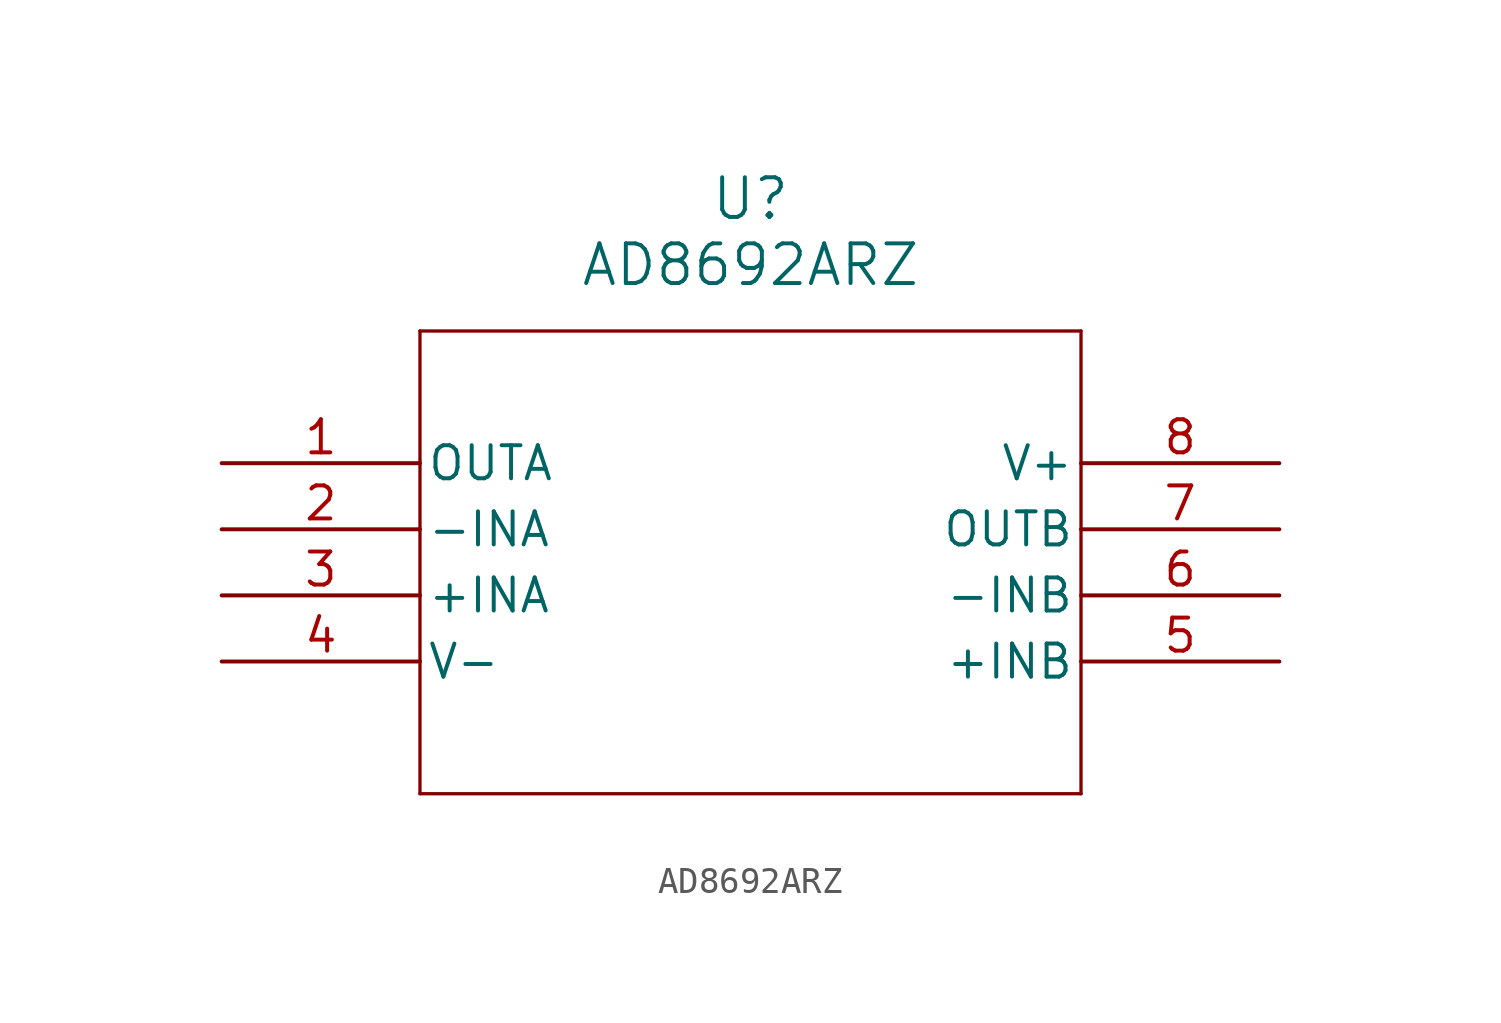
<source format=kicad_sym>
(kicad_symbol_lib
  (version 20211014)
  (generator kicad_symbol_editor)
  (symbol "AD8692ARZ"
    (pin_names
      (offset 0.254))
    (property "Reference" "U"
      (at 20.32 10.16 0)
      (effects (font (size 1.524 1.524))))
    (property "Value" "AD8692ARZ"
      (at 20.32 7.62 0)
      (effects (font (size 1.524 1.524))))
    (symbol "AD8692ARZ_0_1"
      (polyline (pts (xy 7.62 5.08) (xy 7.62 -12.7)) (stroke (width 0.127) (type default) (color 0 0 0 0)) (fill (type none)))
      (polyline (pts (xy 7.62 -12.7) (xy 33.02 -12.7)) (stroke (width 0.127) (type default) (color 0 0 0 0)) (fill (type none)))
      (polyline (pts (xy 33.02 -12.7) (xy 33.02 5.08)) (stroke (width 0.127) (type default) (color 0 0 0 0)) (fill (type none)))
      (polyline (pts (xy 33.02 5.08) (xy 7.62 5.08)) (stroke (width 0.127) (type default) (color 0 0 0 0)) (fill (type none)))
      (pin unspecified line (at 0 0 0) (length 7.62) (name "OUTA" (effects (font (size 1.27 1.27)))) (number "1" (effects (font (size 1.27 1.27)))))
      (pin unspecified line (at 0 -2.54 0) (length 7.62) (name "-INA" (effects (font (size 1.27 1.27)))) (number "2" (effects (font (size 1.27 1.27)))))
      (pin unspecified line (at 0 -5.08 0) (length 7.62) (name "+INA" (effects (font (size 1.27 1.27)))) (number "3" (effects (font (size 1.27 1.27)))))
      (pin power_in line (at 0 -7.62 0) (length 7.62) (name "V-" (effects (font (size 1.27 1.27)))) (number "4" (effects (font (size 1.27 1.27)))))
      (pin unspecified line (at 40.64 -7.62 180) (length 7.62) (name "+INB" (effects (font (size 1.27 1.27)))) (number "5" (effects (font (size 1.27 1.27)))))
      (pin unspecified line (at 40.64 -5.08 180) (length 7.62) (name "-INB" (effects (font (size 1.27 1.27)))) (number "6" (effects (font (size 1.27 1.27)))))
      (pin unspecified line (at 40.64 -2.54 180) (length 7.62) (name "OUTB" (effects (font (size 1.27 1.27)))) (number "7" (effects (font (size 1.27 1.27)))))
      (pin power_in line (at 40.64 0 180) (length 7.62) (name "V+" (effects (font (size 1.27 1.27)))) (number "8" (effects (font (size 1.27 1.27))))))))
</source>
